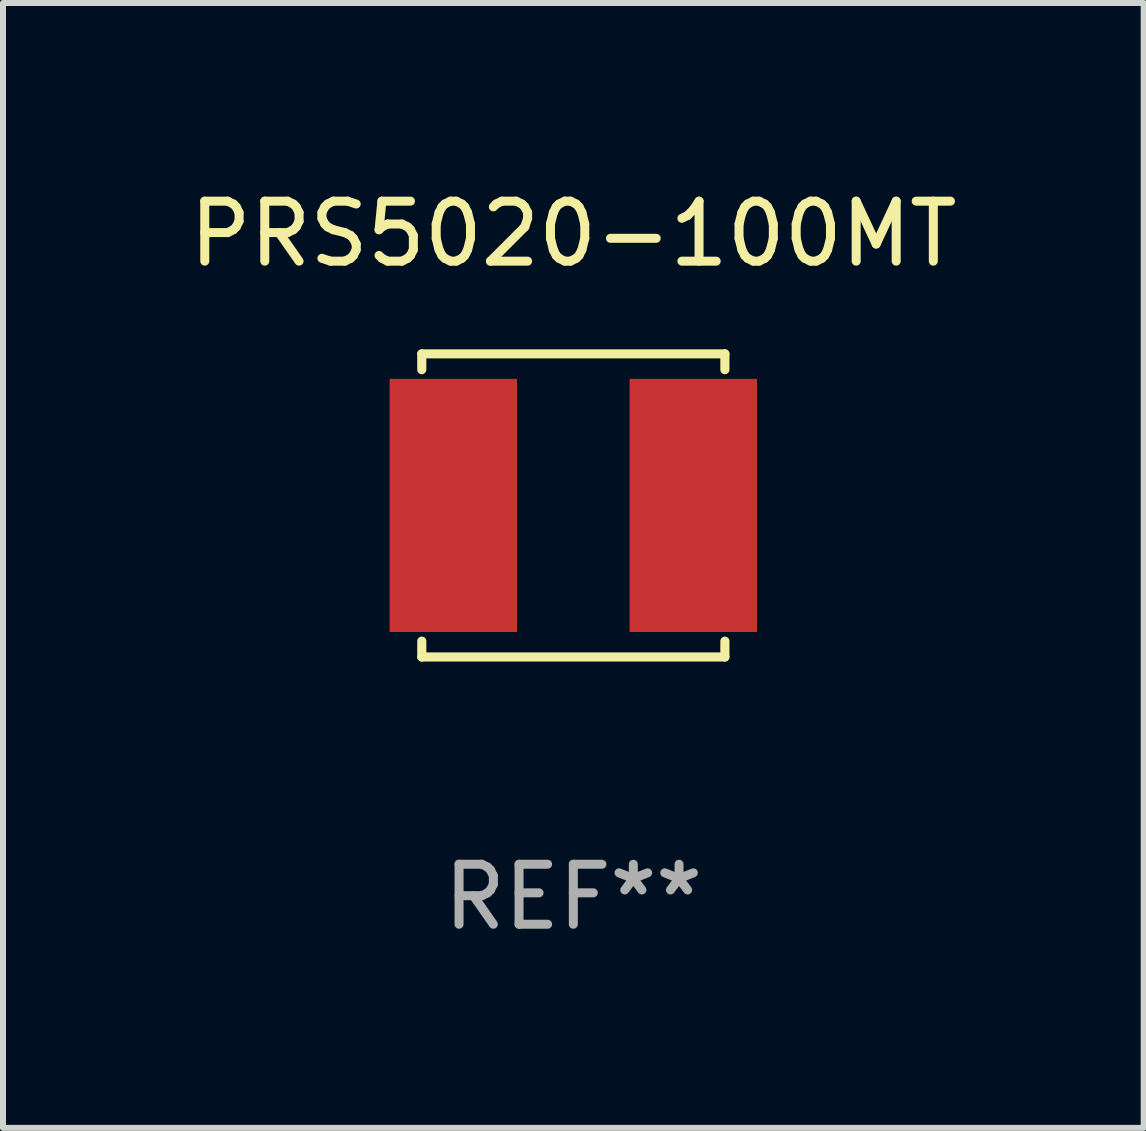
<source format=kicad_pcb>
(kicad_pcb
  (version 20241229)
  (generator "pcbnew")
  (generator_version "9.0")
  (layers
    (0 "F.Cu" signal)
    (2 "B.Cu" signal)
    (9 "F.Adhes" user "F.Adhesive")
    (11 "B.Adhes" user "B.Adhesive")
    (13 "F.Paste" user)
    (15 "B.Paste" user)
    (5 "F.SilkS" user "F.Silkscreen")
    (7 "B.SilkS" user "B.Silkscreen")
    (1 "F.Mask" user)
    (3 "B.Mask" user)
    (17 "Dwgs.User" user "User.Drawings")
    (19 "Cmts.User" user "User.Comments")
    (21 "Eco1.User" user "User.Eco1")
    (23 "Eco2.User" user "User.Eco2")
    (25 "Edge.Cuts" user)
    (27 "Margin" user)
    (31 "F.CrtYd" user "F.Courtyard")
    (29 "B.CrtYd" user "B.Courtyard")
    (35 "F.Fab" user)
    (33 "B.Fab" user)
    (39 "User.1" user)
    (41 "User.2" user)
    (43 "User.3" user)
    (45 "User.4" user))
  (footprint "PRS5020-100MT"
    (layer "F.Cu")
    (at 6.506 5.374)
    (property "Reference" "PRS5020-100MT" (at 0 -4.526 0) (layer "F.SilkS") (effects (font (size 1 1) (thickness 0.15))))
    (attr through_hole)
    (fp_line (start -2.526 -2.526) (end 2.526 -2.526) (stroke (width 0.152) (type solid)) (layer "F.SilkS"))
    (fp_line (start -2.526 -2.262) (end -2.526 -2.526) (stroke (width 0.152) (type solid)) (layer "F.SilkS"))
    (fp_line (start -2.526 2.262) (end -2.526 2.526) (stroke (width 0.152) (type solid)) (layer "F.SilkS"))
    (fp_line (start -2.526 2.526) (end 2.526 2.526) (stroke (width 0.152) (type solid)) (layer "F.SilkS"))
    (fp_line (start 2.526 -2.526) (end 2.526 -2.262) (stroke (width 0.152) (type solid)) (layer "F.SilkS"))
    (fp_line (start 2.526 2.526) (end 2.526 2.262) (stroke (width 0.152) (type solid)) (layer "F.SilkS"))
    (fp_circle (center 2.5 -2.5) (end 2.53 -2.5) (stroke (width 0.06) (type solid)) (fill no) (layer "F.SilkS"))
    (fp_text user "REF**" (at 0 6.526 0) (layer "F.Fab") (effects (font (size 1 1) (thickness 0.15))))
    (pad "1" smd rect (at 2 0) (size 2.124 4.22) (layers "F.Cu" "F.Mask" "F.Paste"))
    (pad "2" smd rect (at -2 0) (size 2.124 4.22) (layers "F.Cu" "F.Mask" "F.Paste")))
  (gr_rect
    (start -3 -3)
    (end 16.012 15.749)
    (stroke (width 0.1) (type default))
    (fill no)
    (layer "Edge.Cuts")))
</source>
